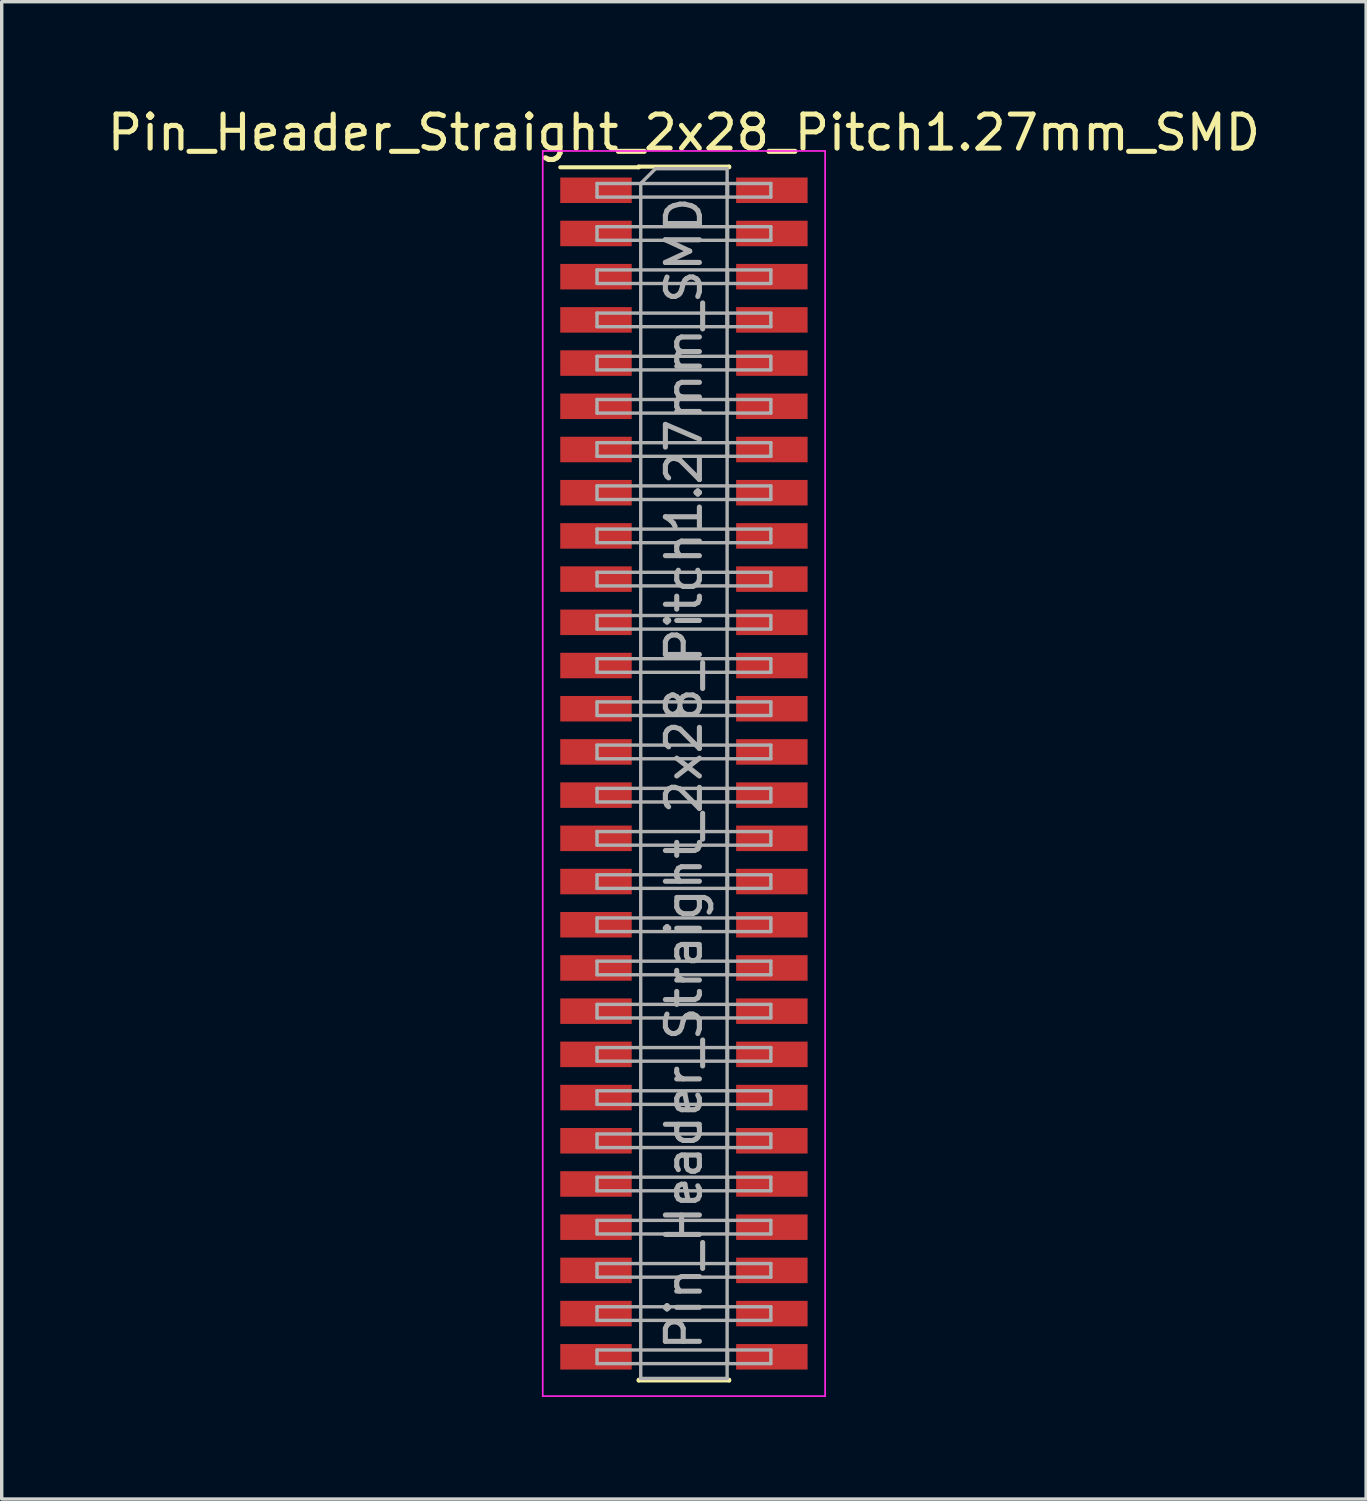
<source format=kicad_pcb>
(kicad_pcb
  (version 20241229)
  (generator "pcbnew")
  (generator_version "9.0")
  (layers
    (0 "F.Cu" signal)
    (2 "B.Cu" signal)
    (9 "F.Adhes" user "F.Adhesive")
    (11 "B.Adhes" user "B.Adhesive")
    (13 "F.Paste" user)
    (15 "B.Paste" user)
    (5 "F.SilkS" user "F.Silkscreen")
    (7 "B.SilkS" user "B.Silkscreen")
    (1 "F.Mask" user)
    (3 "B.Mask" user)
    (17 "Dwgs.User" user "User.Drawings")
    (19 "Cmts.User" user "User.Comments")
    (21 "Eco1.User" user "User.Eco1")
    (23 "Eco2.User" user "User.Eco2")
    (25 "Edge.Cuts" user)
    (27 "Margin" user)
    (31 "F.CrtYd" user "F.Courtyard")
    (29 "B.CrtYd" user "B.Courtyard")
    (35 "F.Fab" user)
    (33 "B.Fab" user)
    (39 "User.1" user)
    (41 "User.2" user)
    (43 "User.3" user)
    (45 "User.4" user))
  (footprint "Pin_Header_Straight_2x28_Pitch1.27mm_SMD"
    (layer "F.Cu")
    (at 17.054 19.688)
    (property "Reference" "Pin_Header_Straight_2x28_Pitch1.27mm_SMD" (at 0 -18.84 0) (layer "F.SilkS") (effects (font (size 1 1) (thickness 0.15))))
    (attr smd)
    (fp_line (start -3.635 -17.82) (end -1.33 -17.82) (stroke (width 0.12) (type solid)) (layer "F.SilkS"))
    (fp_line (start -1.33 -17.84) (end 1.33 -17.84) (stroke (width 0.12) (type solid)) (layer "F.SilkS"))
    (fp_line (start -1.33 -17.82) (end -1.33 -17.84) (stroke (width 0.12) (type solid)) (layer "F.SilkS"))
    (fp_line (start -1.33 17.82) (end -1.33 17.84) (stroke (width 0.12) (type solid)) (layer "F.SilkS"))
    (fp_line (start -1.33 17.84) (end 1.33 17.84) (stroke (width 0.12) (type solid)) (layer "F.SilkS"))
    (fp_line (start 1.33 -17.84) (end 1.33 -17.82) (stroke (width 0.12) (type solid)) (layer "F.SilkS"))
    (fp_line (start 1.33 17.84) (end 1.33 17.82) (stroke (width 0.12) (type solid)) (layer "F.SilkS"))
    (fp_line (start -4.15 -18.3) (end -4.15 18.3) (stroke (width 0.05) (type solid)) (layer "F.CrtYd"))
    (fp_line (start -4.15 18.3) (end 4.15 18.3) (stroke (width 0.05) (type solid)) (layer "F.CrtYd"))
    (fp_line (start 4.15 -18.3) (end -4.15 -18.3) (stroke (width 0.05) (type solid)) (layer "F.CrtYd"))
    (fp_line (start 4.15 18.3) (end 4.15 -18.3) (stroke (width 0.05) (type solid)) (layer "F.CrtYd"))
    (fp_line (start -2.555 -17.345) (end -2.555 -16.945) (stroke (width 0.1) (type solid)) (layer "F.Fab"))
    (fp_line (start -2.555 -16.945) (end -1.27 -16.945) (stroke (width 0.1) (type solid)) (layer "F.Fab"))
    (fp_line (start -2.555 -16.075) (end -2.555 -15.675) (stroke (width 0.1) (type solid)) (layer "F.Fab"))
    (fp_line (start -2.555 -15.675) (end -1.27 -15.675) (stroke (width 0.1) (type solid)) (layer "F.Fab"))
    (fp_line (start -2.555 -14.805) (end -2.555 -14.405) (stroke (width 0.1) (type solid)) (layer "F.Fab"))
    (fp_line (start -2.555 -14.405) (end -1.27 -14.405) (stroke (width 0.1) (type solid)) (layer "F.Fab"))
    (fp_line (start -2.555 -13.535) (end -2.555 -13.135) (stroke (width 0.1) (type solid)) (layer "F.Fab"))
    (fp_line (start -2.555 -13.135) (end -1.27 -13.135) (stroke (width 0.1) (type solid)) (layer "F.Fab"))
    (fp_line (start -2.555 -12.265) (end -2.555 -11.865) (stroke (width 0.1) (type solid)) (layer "F.Fab"))
    (fp_line (start -2.555 -11.865) (end -1.27 -11.865) (stroke (width 0.1) (type solid)) (layer "F.Fab"))
    (fp_line (start -2.555 -10.995) (end -2.555 -10.595) (stroke (width 0.1) (type solid)) (layer "F.Fab"))
    (fp_line (start -2.555 -10.595) (end -1.27 -10.595) (stroke (width 0.1) (type solid)) (layer "F.Fab"))
    (fp_line (start -2.555 -9.725) (end -2.555 -9.325) (stroke (width 0.1) (type solid)) (layer "F.Fab"))
    (fp_line (start -2.555 -9.325) (end -1.27 -9.325) (stroke (width 0.1) (type solid)) (layer "F.Fab"))
    (fp_line (start -2.555 -8.455) (end -2.555 -8.055) (stroke (width 0.1) (type solid)) (layer "F.Fab"))
    (fp_line (start -2.555 -8.055) (end -1.27 -8.055) (stroke (width 0.1) (type solid)) (layer "F.Fab"))
    (fp_line (start -2.555 -7.185) (end -2.555 -6.785) (stroke (width 0.1) (type solid)) (layer "F.Fab"))
    (fp_line (start -2.555 -6.785) (end -1.27 -6.785) (stroke (width 0.1) (type solid)) (layer "F.Fab"))
    (fp_line (start -2.555 -5.915) (end -2.555 -5.515) (stroke (width 0.1) (type solid)) (layer "F.Fab"))
    (fp_line (start -2.555 -5.515) (end -1.27 -5.515) (stroke (width 0.1) (type solid)) (layer "F.Fab"))
    (fp_line (start -2.555 -4.645) (end -2.555 -4.245) (stroke (width 0.1) (type solid)) (layer "F.Fab"))
    (fp_line (start -2.555 -4.245) (end -1.27 -4.245) (stroke (width 0.1) (type solid)) (layer "F.Fab"))
    (fp_line (start -2.555 -3.375) (end -2.555 -2.975) (stroke (width 0.1) (type solid)) (layer "F.Fab"))
    (fp_line (start -2.555 -2.975) (end -1.27 -2.975) (stroke (width 0.1) (type solid)) (layer "F.Fab"))
    (fp_line (start -2.555 -2.105) (end -2.555 -1.705) (stroke (width 0.1) (type solid)) (layer "F.Fab"))
    (fp_line (start -2.555 -1.705) (end -1.27 -1.705) (stroke (width 0.1) (type solid)) (layer "F.Fab"))
    (fp_line (start -2.555 -0.835) (end -2.555 -0.435) (stroke (width 0.1) (type solid)) (layer "F.Fab"))
    (fp_line (start -2.555 -0.435) (end -1.27 -0.435) (stroke (width 0.1) (type solid)) (layer "F.Fab"))
    (fp_line (start -2.555 0.435) (end -2.555 0.835) (stroke (width 0.1) (type solid)) (layer "F.Fab"))
    (fp_line (start -2.555 0.835) (end -1.27 0.835) (stroke (width 0.1) (type solid)) (layer "F.Fab"))
    (fp_line (start -2.555 1.705) (end -2.555 2.105) (stroke (width 0.1) (type solid)) (layer "F.Fab"))
    (fp_line (start -2.555 2.105) (end -1.27 2.105) (stroke (width 0.1) (type solid)) (layer "F.Fab"))
    (fp_line (start -2.555 2.975) (end -2.555 3.375) (stroke (width 0.1) (type solid)) (layer "F.Fab"))
    (fp_line (start -2.555 3.375) (end -1.27 3.375) (stroke (width 0.1) (type solid)) (layer "F.Fab"))
    (fp_line (start -2.555 4.245) (end -2.555 4.645) (stroke (width 0.1) (type solid)) (layer "F.Fab"))
    (fp_line (start -2.555 4.645) (end -1.27 4.645) (stroke (width 0.1) (type solid)) (layer "F.Fab"))
    (fp_line (start -2.555 5.515) (end -2.555 5.915) (stroke (width 0.1) (type solid)) (layer "F.Fab"))
    (fp_line (start -2.555 5.915) (end -1.27 5.915) (stroke (width 0.1) (type solid)) (layer "F.Fab"))
    (fp_line (start -2.555 6.785) (end -2.555 7.185) (stroke (width 0.1) (type solid)) (layer "F.Fab"))
    (fp_line (start -2.555 7.185) (end -1.27 7.185) (stroke (width 0.1) (type solid)) (layer "F.Fab"))
    (fp_line (start -2.555 8.055) (end -2.555 8.455) (stroke (width 0.1) (type solid)) (layer "F.Fab"))
    (fp_line (start -2.555 8.455) (end -1.27 8.455) (stroke (width 0.1) (type solid)) (layer "F.Fab"))
    (fp_line (start -2.555 9.325) (end -2.555 9.725) (stroke (width 0.1) (type solid)) (layer "F.Fab"))
    (fp_line (start -2.555 9.725) (end -1.27 9.725) (stroke (width 0.1) (type solid)) (layer "F.Fab"))
    (fp_line (start -2.555 10.595) (end -2.555 10.995) (stroke (width 0.1) (type solid)) (layer "F.Fab"))
    (fp_line (start -2.555 10.995) (end -1.27 10.995) (stroke (width 0.1) (type solid)) (layer "F.Fab"))
    (fp_line (start -2.555 11.865) (end -2.555 12.265) (stroke (width 0.1) (type solid)) (layer "F.Fab"))
    (fp_line (start -2.555 12.265) (end -1.27 12.265) (stroke (width 0.1) (type solid)) (layer "F.Fab"))
    (fp_line (start -2.555 13.135) (end -2.555 13.535) (stroke (width 0.1) (type solid)) (layer "F.Fab"))
    (fp_line (start -2.555 13.535) (end -1.27 13.535) (stroke (width 0.1) (type solid)) (layer "F.Fab"))
    (fp_line (start -2.555 14.405) (end -2.555 14.805) (stroke (width 0.1) (type solid)) (layer "F.Fab"))
    (fp_line (start -2.555 14.805) (end -1.27 14.805) (stroke (width 0.1) (type solid)) (layer "F.Fab"))
    (fp_line (start -2.555 15.675) (end -2.555 16.075) (stroke (width 0.1) (type solid)) (layer "F.Fab"))
    (fp_line (start -2.555 16.075) (end -1.27 16.075) (stroke (width 0.1) (type solid)) (layer "F.Fab"))
    (fp_line (start -2.555 16.945) (end -2.555 17.345) (stroke (width 0.1) (type solid)) (layer "F.Fab"))
    (fp_line (start -2.555 17.345) (end -1.27 17.345) (stroke (width 0.1) (type solid)) (layer "F.Fab"))
    (fp_line (start -1.27 -17.345) (end -2.555 -17.345) (stroke (width 0.1) (type solid)) (layer "F.Fab"))
    (fp_line (start -1.27 -17.345) (end -0.835 -17.78) (stroke (width 0.1) (type solid)) (layer "F.Fab"))
    (fp_line (start -1.27 -17.345) (end 1.285 -17.345) (stroke (width 0.1) (type solid)) (layer "F.Fab"))
    (fp_line (start -1.27 -16.075) (end -2.555 -16.075) (stroke (width 0.1) (type solid)) (layer "F.Fab"))
    (fp_line (start -1.27 -16.075) (end 1.285 -16.075) (stroke (width 0.1) (type solid)) (layer "F.Fab"))
    (fp_line (start -1.27 -14.805) (end -2.555 -14.805) (stroke (width 0.1) (type solid)) (layer "F.Fab"))
    (fp_line (start -1.27 -14.805) (end 1.285 -14.805) (stroke (width 0.1) (type solid)) (layer "F.Fab"))
    (fp_line (start -1.27 -13.535) (end -2.555 -13.535) (stroke (width 0.1) (type solid)) (layer "F.Fab"))
    (fp_line (start -1.27 -13.535) (end 1.285 -13.535) (stroke (width 0.1) (type solid)) (layer "F.Fab"))
    (fp_line (start -1.27 -12.265) (end -2.555 -12.265) (stroke (width 0.1) (type solid)) (layer "F.Fab"))
    (fp_line (start -1.27 -12.265) (end 1.285 -12.265) (stroke (width 0.1) (type solid)) (layer "F.Fab"))
    (fp_line (start -1.27 -10.995) (end -2.555 -10.995) (stroke (width 0.1) (type solid)) (layer "F.Fab"))
    (fp_line (start -1.27 -10.995) (end 1.285 -10.995) (stroke (width 0.1) (type solid)) (layer "F.Fab"))
    (fp_line (start -1.27 -9.725) (end -2.555 -9.725) (stroke (width 0.1) (type solid)) (layer "F.Fab"))
    (fp_line (start -1.27 -9.725) (end 1.285 -9.725) (stroke (width 0.1) (type solid)) (layer "F.Fab"))
    (fp_line (start -1.27 -8.455) (end -2.555 -8.455) (stroke (width 0.1) (type solid)) (layer "F.Fab"))
    (fp_line (start -1.27 -8.455) (end 1.285 -8.455) (stroke (width 0.1) (type solid)) (layer "F.Fab"))
    (fp_line (start -1.27 -7.185) (end -2.555 -7.185) (stroke (width 0.1) (type solid)) (layer "F.Fab"))
    (fp_line (start -1.27 -7.185) (end 1.285 -7.185) (stroke (width 0.1) (type solid)) (layer "F.Fab"))
    (fp_line (start -1.27 -5.915) (end -2.555 -5.915) (stroke (width 0.1) (type solid)) (layer "F.Fab"))
    (fp_line (start -1.27 -5.915) (end 1.285 -5.915) (stroke (width 0.1) (type solid)) (layer "F.Fab"))
    (fp_line (start -1.27 -4.645) (end -2.555 -4.645) (stroke (width 0.1) (type solid)) (layer "F.Fab"))
    (fp_line (start -1.27 -4.645) (end 1.285 -4.645) (stroke (width 0.1) (type solid)) (layer "F.Fab"))
    (fp_line (start -1.27 -3.375) (end -2.555 -3.375) (stroke (width 0.1) (type solid)) (layer "F.Fab"))
    (fp_line (start -1.27 -3.375) (end 1.285 -3.375) (stroke (width 0.1) (type solid)) (layer "F.Fab"))
    (fp_line (start -1.27 -2.105) (end -2.555 -2.105) (stroke (width 0.1) (type solid)) (layer "F.Fab"))
    (fp_line (start -1.27 -2.105) (end 1.285 -2.105) (stroke (width 0.1) (type solid)) (layer "F.Fab"))
    (fp_line (start -1.27 -0.835) (end -2.555 -0.835) (stroke (width 0.1) (type solid)) (layer "F.Fab"))
    (fp_line (start -1.27 -0.835) (end 1.285 -0.835) (stroke (width 0.1) (type solid)) (layer "F.Fab"))
    (fp_line (start -1.27 0.435) (end -2.555 0.435) (stroke (width 0.1) (type solid)) (layer "F.Fab"))
    (fp_line (start -1.27 0.435) (end 1.285 0.435) (stroke (width 0.1) (type solid)) (layer "F.Fab"))
    (fp_line (start -1.27 1.705) (end -2.555 1.705) (stroke (width 0.1) (type solid)) (layer "F.Fab"))
    (fp_line (start -1.27 1.705) (end 1.285 1.705) (stroke (width 0.1) (type solid)) (layer "F.Fab"))
    (fp_line (start -1.27 2.975) (end -2.555 2.975) (stroke (width 0.1) (type solid)) (layer "F.Fab"))
    (fp_line (start -1.27 2.975) (end 1.285 2.975) (stroke (width 0.1) (type solid)) (layer "F.Fab"))
    (fp_line (start -1.27 4.245) (end -2.555 4.245) (stroke (width 0.1) (type solid)) (layer "F.Fab"))
    (fp_line (start -1.27 4.245) (end 1.285 4.245) (stroke (width 0.1) (type solid)) (layer "F.Fab"))
    (fp_line (start -1.27 5.515) (end -2.555 5.515) (stroke (width 0.1) (type solid)) (layer "F.Fab"))
    (fp_line (start -1.27 5.515) (end 1.285 5.515) (stroke (width 0.1) (type solid)) (layer "F.Fab"))
    (fp_line (start -1.27 6.785) (end -2.555 6.785) (stroke (width 0.1) (type solid)) (layer "F.Fab"))
    (fp_line (start -1.27 6.785) (end 1.285 6.785) (stroke (width 0.1) (type solid)) (layer "F.Fab"))
    (fp_line (start -1.27 8.055) (end -2.555 8.055) (stroke (width 0.1) (type solid)) (layer "F.Fab"))
    (fp_line (start -1.27 8.055) (end 1.285 8.055) (stroke (width 0.1) (type solid)) (layer "F.Fab"))
    (fp_line (start -1.27 9.325) (end -2.555 9.325) (stroke (width 0.1) (type solid)) (layer "F.Fab"))
    (fp_line (start -1.27 9.325) (end 1.285 9.325) (stroke (width 0.1) (type solid)) (layer "F.Fab"))
    (fp_line (start -1.27 10.595) (end -2.555 10.595) (stroke (width 0.1) (type solid)) (layer "F.Fab"))
    (fp_line (start -1.27 10.595) (end 1.285 10.595) (stroke (width 0.1) (type solid)) (layer "F.Fab"))
    (fp_line (start -1.27 11.865) (end -2.555 11.865) (stroke (width 0.1) (type solid)) (layer "F.Fab"))
    (fp_line (start -1.27 11.865) (end 1.285 11.865) (stroke (width 0.1) (type solid)) (layer "F.Fab"))
    (fp_line (start -1.27 13.135) (end -2.555 13.135) (stroke (width 0.1) (type solid)) (layer "F.Fab"))
    (fp_line (start -1.27 13.135) (end 1.285 13.135) (stroke (width 0.1) (type solid)) (layer "F.Fab"))
    (fp_line (start -1.27 14.405) (end -2.555 14.405) (stroke (width 0.1) (type solid)) (layer "F.Fab"))
    (fp_line (start -1.27 14.405) (end 1.285 14.405) (stroke (width 0.1) (type solid)) (layer "F.Fab"))
    (fp_line (start -1.27 15.675) (end -2.555 15.675) (stroke (width 0.1) (type solid)) (layer "F.Fab"))
    (fp_line (start -1.27 15.675) (end 1.285 15.675) (stroke (width 0.1) (type solid)) (layer "F.Fab"))
    (fp_line (start -1.27 16.945) (end -2.555 16.945) (stroke (width 0.1) (type solid)) (layer "F.Fab"))
    (fp_line (start -1.27 16.945) (end 1.285 16.945) (stroke (width 0.1) (type solid)) (layer "F.Fab"))
    (fp_line (start -1.27 17.78) (end -1.27 -17.345) (stroke (width 0.1) (type solid)) (layer "F.Fab"))
    (fp_line (start -0.835 -17.78) (end 1.27 -17.78) (stroke (width 0.1) (type solid)) (layer "F.Fab"))
    (fp_line (start 1.27 -17.78) (end 1.27 17.78) (stroke (width 0.1) (type solid)) (layer "F.Fab"))
    (fp_line (start 1.27 -17.345) (end 1.27 -16.945) (stroke (width 0.1) (type solid)) (layer "F.Fab"))
    (fp_line (start 1.27 -16.945) (end 2.555 -16.945) (stroke (width 0.1) (type solid)) (layer "F.Fab"))
    (fp_line (start 1.27 -16.075) (end 1.27 -15.675) (stroke (width 0.1) (type solid)) (layer "F.Fab"))
    (fp_line (start 1.27 -15.675) (end 2.555 -15.675) (stroke (width 0.1) (type solid)) (layer "F.Fab"))
    (fp_line (start 1.27 -14.805) (end 1.27 -14.405) (stroke (width 0.1) (type solid)) (layer "F.Fab"))
    (fp_line (start 1.27 -14.405) (end 2.555 -14.405) (stroke (width 0.1) (type solid)) (layer "F.Fab"))
    (fp_line (start 1.27 -13.535) (end 1.27 -13.135) (stroke (width 0.1) (type solid)) (layer "F.Fab"))
    (fp_line (start 1.27 -13.135) (end 2.555 -13.135) (stroke (width 0.1) (type solid)) (layer "F.Fab"))
    (fp_line (start 1.27 -12.265) (end 1.27 -11.865) (stroke (width 0.1) (type solid)) (layer "F.Fab"))
    (fp_line (start 1.27 -11.865) (end 2.555 -11.865) (stroke (width 0.1) (type solid)) (layer "F.Fab"))
    (fp_line (start 1.27 -10.995) (end 1.27 -10.595) (stroke (width 0.1) (type solid)) (layer "F.Fab"))
    (fp_line (start 1.27 -10.595) (end 2.555 -10.595) (stroke (width 0.1) (type solid)) (layer "F.Fab"))
    (fp_line (start 1.27 -9.725) (end 1.27 -9.325) (stroke (width 0.1) (type solid)) (layer "F.Fab"))
    (fp_line (start 1.27 -9.325) (end 2.555 -9.325) (stroke (width 0.1) (type solid)) (layer "F.Fab"))
    (fp_line (start 1.27 -8.455) (end 1.27 -8.055) (stroke (width 0.1) (type solid)) (layer "F.Fab"))
    (fp_line (start 1.27 -8.055) (end 2.555 -8.055) (stroke (width 0.1) (type solid)) (layer "F.Fab"))
    (fp_line (start 1.27 -7.185) (end 1.27 -6.785) (stroke (width 0.1) (type solid)) (layer "F.Fab"))
    (fp_line (start 1.27 -6.785) (end 2.555 -6.785) (stroke (width 0.1) (type solid)) (layer "F.Fab"))
    (fp_line (start 1.27 -5.915) (end 1.27 -5.515) (stroke (width 0.1) (type solid)) (layer "F.Fab"))
    (fp_line (start 1.27 -5.515) (end 2.555 -5.515) (stroke (width 0.1) (type solid)) (layer "F.Fab"))
    (fp_line (start 1.27 -4.645) (end 1.27 -4.245) (stroke (width 0.1) (type solid)) (layer "F.Fab"))
    (fp_line (start 1.27 -4.245) (end 2.555 -4.245) (stroke (width 0.1) (type solid)) (layer "F.Fab"))
    (fp_line (start 1.27 -3.375) (end 1.27 -2.975) (stroke (width 0.1) (type solid)) (layer "F.Fab"))
    (fp_line (start 1.27 -2.975) (end 2.555 -2.975) (stroke (width 0.1) (type solid)) (layer "F.Fab"))
    (fp_line (start 1.27 -2.105) (end 1.27 -1.705) (stroke (width 0.1) (type solid)) (layer "F.Fab"))
    (fp_line (start 1.27 -1.705) (end 2.555 -1.705) (stroke (width 0.1) (type solid)) (layer "F.Fab"))
    (fp_line (start 1.27 -0.835) (end 1.27 -0.435) (stroke (width 0.1) (type solid)) (layer "F.Fab"))
    (fp_line (start 1.27 -0.435) (end 2.555 -0.435) (stroke (width 0.1) (type solid)) (layer "F.Fab"))
    (fp_line (start 1.27 0.435) (end 1.27 0.835) (stroke (width 0.1) (type solid)) (layer "F.Fab"))
    (fp_line (start 1.27 0.835) (end 2.555 0.835) (stroke (width 0.1) (type solid)) (layer "F.Fab"))
    (fp_line (start 1.27 1.705) (end 1.27 2.105) (stroke (width 0.1) (type solid)) (layer "F.Fab"))
    (fp_line (start 1.27 2.105) (end 2.555 2.105) (stroke (width 0.1) (type solid)) (layer "F.Fab"))
    (fp_line (start 1.27 2.975) (end 1.27 3.375) (stroke (width 0.1) (type solid)) (layer "F.Fab"))
    (fp_line (start 1.27 3.375) (end 2.555 3.375) (stroke (width 0.1) (type solid)) (layer "F.Fab"))
    (fp_line (start 1.27 4.245) (end 1.27 4.645) (stroke (width 0.1) (type solid)) (layer "F.Fab"))
    (fp_line (start 1.27 4.645) (end 2.555 4.645) (stroke (width 0.1) (type solid)) (layer "F.Fab"))
    (fp_line (start 1.27 5.515) (end 1.27 5.915) (stroke (width 0.1) (type solid)) (layer "F.Fab"))
    (fp_line (start 1.27 5.915) (end 2.555 5.915) (stroke (width 0.1) (type solid)) (layer "F.Fab"))
    (fp_line (start 1.27 6.785) (end 1.27 7.185) (stroke (width 0.1) (type solid)) (layer "F.Fab"))
    (fp_line (start 1.27 7.185) (end 2.555 7.185) (stroke (width 0.1) (type solid)) (layer "F.Fab"))
    (fp_line (start 1.27 8.055) (end 1.27 8.455) (stroke (width 0.1) (type solid)) (layer "F.Fab"))
    (fp_line (start 1.27 8.455) (end 2.555 8.455) (stroke (width 0.1) (type solid)) (layer "F.Fab"))
    (fp_line (start 1.27 9.325) (end 1.27 9.725) (stroke (width 0.1) (type solid)) (layer "F.Fab"))
    (fp_line (start 1.27 9.725) (end 2.555 9.725) (stroke (width 0.1) (type solid)) (layer "F.Fab"))
    (fp_line (start 1.27 10.595) (end 1.27 10.995) (stroke (width 0.1) (type solid)) (layer "F.Fab"))
    (fp_line (start 1.27 10.995) (end 2.555 10.995) (stroke (width 0.1) (type solid)) (layer "F.Fab"))
    (fp_line (start 1.27 11.865) (end 1.27 12.265) (stroke (width 0.1) (type solid)) (layer "F.Fab"))
    (fp_line (start 1.27 12.265) (end 2.555 12.265) (stroke (width 0.1) (type solid)) (layer "F.Fab"))
    (fp_line (start 1.27 13.135) (end 1.27 13.535) (stroke (width 0.1) (type solid)) (layer "F.Fab"))
    (fp_line (start 1.27 13.535) (end 2.555 13.535) (stroke (width 0.1) (type solid)) (layer "F.Fab"))
    (fp_line (start 1.27 14.405) (end 1.27 14.805) (stroke (width 0.1) (type solid)) (layer "F.Fab"))
    (fp_line (start 1.27 14.805) (end 2.555 14.805) (stroke (width 0.1) (type solid)) (layer "F.Fab"))
    (fp_line (start 1.27 15.675) (end 1.27 16.075) (stroke (width 0.1) (type solid)) (layer "F.Fab"))
    (fp_line (start 1.27 16.075) (end 2.555 16.075) (stroke (width 0.1) (type solid)) (layer "F.Fab"))
    (fp_line (start 1.27 16.945) (end 1.27 17.345) (stroke (width 0.1) (type solid)) (layer "F.Fab"))
    (fp_line (start 1.27 17.345) (end 2.555 17.345) (stroke (width 0.1) (type solid)) (layer "F.Fab"))
    (fp_line (start 1.27 17.78) (end -1.27 17.78) (stroke (width 0.1) (type solid)) (layer "F.Fab"))
    (fp_line (start 1.285 -17.345) (end 1.285 -16.945) (stroke (width 0.1) (type solid)) (layer "F.Fab"))
    (fp_line (start 1.285 -16.945) (end -1.27 -16.945) (stroke (width 0.1) (type solid)) (layer "F.Fab"))
    (fp_line (start 1.285 -16.075) (end 1.285 -15.675) (stroke (width 0.1) (type solid)) (layer "F.Fab"))
    (fp_line (start 1.285 -15.675) (end -1.27 -15.675) (stroke (width 0.1) (type solid)) (layer "F.Fab"))
    (fp_line (start 1.285 -14.805) (end 1.285 -14.405) (stroke (width 0.1) (type solid)) (layer "F.Fab"))
    (fp_line (start 1.285 -14.405) (end -1.27 -14.405) (stroke (width 0.1) (type solid)) (layer "F.Fab"))
    (fp_line (start 1.285 -13.535) (end 1.285 -13.135) (stroke (width 0.1) (type solid)) (layer "F.Fab"))
    (fp_line (start 1.285 -13.135) (end -1.27 -13.135) (stroke (width 0.1) (type solid)) (layer "F.Fab"))
    (fp_line (start 1.285 -12.265) (end 1.285 -11.865) (stroke (width 0.1) (type solid)) (layer "F.Fab"))
    (fp_line (start 1.285 -11.865) (end -1.27 -11.865) (stroke (width 0.1) (type solid)) (layer "F.Fab"))
    (fp_line (start 1.285 -10.995) (end 1.285 -10.595) (stroke (width 0.1) (type solid)) (layer "F.Fab"))
    (fp_line (start 1.285 -10.595) (end -1.27 -10.595) (stroke (width 0.1) (type solid)) (layer "F.Fab"))
    (fp_line (start 1.285 -9.725) (end 1.285 -9.325) (stroke (width 0.1) (type solid)) (layer "F.Fab"))
    (fp_line (start 1.285 -9.325) (end -1.27 -9.325) (stroke (width 0.1) (type solid)) (layer "F.Fab"))
    (fp_line (start 1.285 -8.455) (end 1.285 -8.055) (stroke (width 0.1) (type solid)) (layer "F.Fab"))
    (fp_line (start 1.285 -8.055) (end -1.27 -8.055) (stroke (width 0.1) (type solid)) (layer "F.Fab"))
    (fp_line (start 1.285 -7.185) (end 1.285 -6.785) (stroke (width 0.1) (type solid)) (layer "F.Fab"))
    (fp_line (start 1.285 -6.785) (end -1.27 -6.785) (stroke (width 0.1) (type solid)) (layer "F.Fab"))
    (fp_line (start 1.285 -5.915) (end 1.285 -5.515) (stroke (width 0.1) (type solid)) (layer "F.Fab"))
    (fp_line (start 1.285 -5.515) (end -1.27 -5.515) (stroke (width 0.1) (type solid)) (layer "F.Fab"))
    (fp_line (start 1.285 -4.645) (end 1.285 -4.245) (stroke (width 0.1) (type solid)) (layer "F.Fab"))
    (fp_line (start 1.285 -4.245) (end -1.27 -4.245) (stroke (width 0.1) (type solid)) (layer "F.Fab"))
    (fp_line (start 1.285 -3.375) (end 1.285 -2.975) (stroke (width 0.1) (type solid)) (layer "F.Fab"))
    (fp_line (start 1.285 -2.975) (end -1.27 -2.975) (stroke (width 0.1) (type solid)) (layer "F.Fab"))
    (fp_line (start 1.285 -2.105) (end 1.285 -1.705) (stroke (width 0.1) (type solid)) (layer "F.Fab"))
    (fp_line (start 1.285 -1.705) (end -1.27 -1.705) (stroke (width 0.1) (type solid)) (layer "F.Fab"))
    (fp_line (start 1.285 -0.835) (end 1.285 -0.435) (stroke (width 0.1) (type solid)) (layer "F.Fab"))
    (fp_line (start 1.285 -0.435) (end -1.27 -0.435) (stroke (width 0.1) (type solid)) (layer "F.Fab"))
    (fp_line (start 1.285 0.435) (end 1.285 0.835) (stroke (width 0.1) (type solid)) (layer "F.Fab"))
    (fp_line (start 1.285 0.835) (end -1.27 0.835) (stroke (width 0.1) (type solid)) (layer "F.Fab"))
    (fp_line (start 1.285 1.705) (end 1.285 2.105) (stroke (width 0.1) (type solid)) (layer "F.Fab"))
    (fp_line (start 1.285 2.105) (end -1.27 2.105) (stroke (width 0.1) (type solid)) (layer "F.Fab"))
    (fp_line (start 1.285 2.975) (end 1.285 3.375) (stroke (width 0.1) (type solid)) (layer "F.Fab"))
    (fp_line (start 1.285 3.375) (end -1.27 3.375) (stroke (width 0.1) (type solid)) (layer "F.Fab"))
    (fp_line (start 1.285 4.245) (end 1.285 4.645) (stroke (width 0.1) (type solid)) (layer "F.Fab"))
    (fp_line (start 1.285 4.645) (end -1.27 4.645) (stroke (width 0.1) (type solid)) (layer "F.Fab"))
    (fp_line (start 1.285 5.515) (end 1.285 5.915) (stroke (width 0.1) (type solid)) (layer "F.Fab"))
    (fp_line (start 1.285 5.915) (end -1.27 5.915) (stroke (width 0.1) (type solid)) (layer "F.Fab"))
    (fp_line (start 1.285 6.785) (end 1.285 7.185) (stroke (width 0.1) (type solid)) (layer "F.Fab"))
    (fp_line (start 1.285 7.185) (end -1.27 7.185) (stroke (width 0.1) (type solid)) (layer "F.Fab"))
    (fp_line (start 1.285 8.055) (end 1.285 8.455) (stroke (width 0.1) (type solid)) (layer "F.Fab"))
    (fp_line (start 1.285 8.455) (end -1.27 8.455) (stroke (width 0.1) (type solid)) (layer "F.Fab"))
    (fp_line (start 1.285 9.325) (end 1.285 9.725) (stroke (width 0.1) (type solid)) (layer "F.Fab"))
    (fp_line (start 1.285 9.725) (end -1.27 9.725) (stroke (width 0.1) (type solid)) (layer "F.Fab"))
    (fp_line (start 1.285 10.595) (end 1.285 10.995) (stroke (width 0.1) (type solid)) (layer "F.Fab"))
    (fp_line (start 1.285 10.995) (end -1.27 10.995) (stroke (width 0.1) (type solid)) (layer "F.Fab"))
    (fp_line (start 1.285 11.865) (end 1.285 12.265) (stroke (width 0.1) (type solid)) (layer "F.Fab"))
    (fp_line (start 1.285 12.265) (end -1.27 12.265) (stroke (width 0.1) (type solid)) (layer "F.Fab"))
    (fp_line (start 1.285 13.135) (end 1.285 13.535) (stroke (width 0.1) (type solid)) (layer "F.Fab"))
    (fp_line (start 1.285 13.535) (end -1.27 13.535) (stroke (width 0.1) (type solid)) (layer "F.Fab"))
    (fp_line (start 1.285 14.405) (end 1.285 14.805) (stroke (width 0.1) (type solid)) (layer "F.Fab"))
    (fp_line (start 1.285 14.805) (end -1.27 14.805) (stroke (width 0.1) (type solid)) (layer "F.Fab"))
    (fp_line (start 1.285 15.675) (end 1.285 16.075) (stroke (width 0.1) (type solid)) (layer "F.Fab"))
    (fp_line (start 1.285 16.075) (end -1.27 16.075) (stroke (width 0.1) (type solid)) (layer "F.Fab"))
    (fp_line (start 1.285 16.945) (end 1.285 17.345) (stroke (width 0.1) (type solid)) (layer "F.Fab"))
    (fp_line (start 1.285 17.345) (end -1.27 17.345) (stroke (width 0.1) (type solid)) (layer "F.Fab"))
    (fp_line (start 2.555 -17.345) (end 1.27 -17.345) (stroke (width 0.1) (type solid)) (layer "F.Fab"))
    (fp_line (start 2.555 -16.945) (end 2.555 -17.345) (stroke (width 0.1) (type solid)) (layer "F.Fab"))
    (fp_line (start 2.555 -16.075) (end 1.27 -16.075) (stroke (width 0.1) (type solid)) (layer "F.Fab"))
    (fp_line (start 2.555 -15.675) (end 2.555 -16.075) (stroke (width 0.1) (type solid)) (layer "F.Fab"))
    (fp_line (start 2.555 -14.805) (end 1.27 -14.805) (stroke (width 0.1) (type solid)) (layer "F.Fab"))
    (fp_line (start 2.555 -14.405) (end 2.555 -14.805) (stroke (width 0.1) (type solid)) (layer "F.Fab"))
    (fp_line (start 2.555 -13.535) (end 1.27 -13.535) (stroke (width 0.1) (type solid)) (layer "F.Fab"))
    (fp_line (start 2.555 -13.135) (end 2.555 -13.535) (stroke (width 0.1) (type solid)) (layer "F.Fab"))
    (fp_line (start 2.555 -12.265) (end 1.27 -12.265) (stroke (width 0.1) (type solid)) (layer "F.Fab"))
    (fp_line (start 2.555 -11.865) (end 2.555 -12.265) (stroke (width 0.1) (type solid)) (layer "F.Fab"))
    (fp_line (start 2.555 -10.995) (end 1.27 -10.995) (stroke (width 0.1) (type solid)) (layer "F.Fab"))
    (fp_line (start 2.555 -10.595) (end 2.555 -10.995) (stroke (width 0.1) (type solid)) (layer "F.Fab"))
    (fp_line (start 2.555 -9.725) (end 1.27 -9.725) (stroke (width 0.1) (type solid)) (layer "F.Fab"))
    (fp_line (start 2.555 -9.325) (end 2.555 -9.725) (stroke (width 0.1) (type solid)) (layer "F.Fab"))
    (fp_line (start 2.555 -8.455) (end 1.27 -8.455) (stroke (width 0.1) (type solid)) (layer "F.Fab"))
    (fp_line (start 2.555 -8.055) (end 2.555 -8.455) (stroke (width 0.1) (type solid)) (layer "F.Fab"))
    (fp_line (start 2.555 -7.185) (end 1.27 -7.185) (stroke (width 0.1) (type solid)) (layer "F.Fab"))
    (fp_line (start 2.555 -6.785) (end 2.555 -7.185) (stroke (width 0.1) (type solid)) (layer "F.Fab"))
    (fp_line (start 2.555 -5.915) (end 1.27 -5.915) (stroke (width 0.1) (type solid)) (layer "F.Fab"))
    (fp_line (start 2.555 -5.515) (end 2.555 -5.915) (stroke (width 0.1) (type solid)) (layer "F.Fab"))
    (fp_line (start 2.555 -4.645) (end 1.27 -4.645) (stroke (width 0.1) (type solid)) (layer "F.Fab"))
    (fp_line (start 2.555 -4.245) (end 2.555 -4.645) (stroke (width 0.1) (type solid)) (layer "F.Fab"))
    (fp_line (start 2.555 -3.375) (end 1.27 -3.375) (stroke (width 0.1) (type solid)) (layer "F.Fab"))
    (fp_line (start 2.555 -2.975) (end 2.555 -3.375) (stroke (width 0.1) (type solid)) (layer "F.Fab"))
    (fp_line (start 2.555 -2.105) (end 1.27 -2.105) (stroke (width 0.1) (type solid)) (layer "F.Fab"))
    (fp_line (start 2.555 -1.705) (end 2.555 -2.105) (stroke (width 0.1) (type solid)) (layer "F.Fab"))
    (fp_line (start 2.555 -0.835) (end 1.27 -0.835) (stroke (width 0.1) (type solid)) (layer "F.Fab"))
    (fp_line (start 2.555 -0.435) (end 2.555 -0.835) (stroke (width 0.1) (type solid)) (layer "F.Fab"))
    (fp_line (start 2.555 0.435) (end 1.27 0.435) (stroke (width 0.1) (type solid)) (layer "F.Fab"))
    (fp_line (start 2.555 0.835) (end 2.555 0.435) (stroke (width 0.1) (type solid)) (layer "F.Fab"))
    (fp_line (start 2.555 1.705) (end 1.27 1.705) (stroke (width 0.1) (type solid)) (layer "F.Fab"))
    (fp_line (start 2.555 2.105) (end 2.555 1.705) (stroke (width 0.1) (type solid)) (layer "F.Fab"))
    (fp_line (start 2.555 2.975) (end 1.27 2.975) (stroke (width 0.1) (type solid)) (layer "F.Fab"))
    (fp_line (start 2.555 3.375) (end 2.555 2.975) (stroke (width 0.1) (type solid)) (layer "F.Fab"))
    (fp_line (start 2.555 4.245) (end 1.27 4.245) (stroke (width 0.1) (type solid)) (layer "F.Fab"))
    (fp_line (start 2.555 4.645) (end 2.555 4.245) (stroke (width 0.1) (type solid)) (layer "F.Fab"))
    (fp_line (start 2.555 5.515) (end 1.27 5.515) (stroke (width 0.1) (type solid)) (layer "F.Fab"))
    (fp_line (start 2.555 5.915) (end 2.555 5.515) (stroke (width 0.1) (type solid)) (layer "F.Fab"))
    (fp_line (start 2.555 6.785) (end 1.27 6.785) (stroke (width 0.1) (type solid)) (layer "F.Fab"))
    (fp_line (start 2.555 7.185) (end 2.555 6.785) (stroke (width 0.1) (type solid)) (layer "F.Fab"))
    (fp_line (start 2.555 8.055) (end 1.27 8.055) (stroke (width 0.1) (type solid)) (layer "F.Fab"))
    (fp_line (start 2.555 8.455) (end 2.555 8.055) (stroke (width 0.1) (type solid)) (layer "F.Fab"))
    (fp_line (start 2.555 9.325) (end 1.27 9.325) (stroke (width 0.1) (type solid)) (layer "F.Fab"))
    (fp_line (start 2.555 9.725) (end 2.555 9.325) (stroke (width 0.1) (type solid)) (layer "F.Fab"))
    (fp_line (start 2.555 10.595) (end 1.27 10.595) (stroke (width 0.1) (type solid)) (layer "F.Fab"))
    (fp_line (start 2.555 10.995) (end 2.555 10.595) (stroke (width 0.1) (type solid)) (layer "F.Fab"))
    (fp_line (start 2.555 11.865) (end 1.27 11.865) (stroke (width 0.1) (type solid)) (layer "F.Fab"))
    (fp_line (start 2.555 12.265) (end 2.555 11.865) (stroke (width 0.1) (type solid)) (layer "F.Fab"))
    (fp_line (start 2.555 13.135) (end 1.27 13.135) (stroke (width 0.1) (type solid)) (layer "F.Fab"))
    (fp_line (start 2.555 13.535) (end 2.555 13.135) (stroke (width 0.1) (type solid)) (layer "F.Fab"))
    (fp_line (start 2.555 14.405) (end 1.27 14.405) (stroke (width 0.1) (type solid)) (layer "F.Fab"))
    (fp_line (start 2.555 14.805) (end 2.555 14.405) (stroke (width 0.1) (type solid)) (layer "F.Fab"))
    (fp_line (start 2.555 15.675) (end 1.27 15.675) (stroke (width 0.1) (type solid)) (layer "F.Fab"))
    (fp_line (start 2.555 16.075) (end 2.555 15.675) (stroke (width 0.1) (type solid)) (layer "F.Fab"))
    (fp_line (start 2.555 16.945) (end 1.27 16.945) (stroke (width 0.1) (type solid)) (layer "F.Fab"))
    (fp_line (start 2.555 17.345) (end 2.555 16.945) (stroke (width 0.1) (type solid)) (layer "F.Fab"))
    (fp_text user "${REFERENCE}" (at 0 0 90) (layer "F.Fab") (effects (font (size 1 1) (thickness 0.15))))
    (pad "1" smd rect (at -2.585 -17.145) (size 2.1 0.75) (layers "F.Cu" "F.Mask" "F.Paste"))
    (pad "2" smd rect (at 2.585 -17.145) (size 2.1 0.75) (layers "F.Cu" "F.Mask" "F.Paste"))
    (pad "3" smd rect (at -2.585 -15.875) (size 2.1 0.75) (layers "F.Cu" "F.Mask" "F.Paste"))
    (pad "4" smd rect (at 2.585 -15.875) (size 2.1 0.75) (layers "F.Cu" "F.Mask" "F.Paste"))
    (pad "5" smd rect (at -2.585 -14.605) (size 2.1 0.75) (layers "F.Cu" "F.Mask" "F.Paste"))
    (pad "6" smd rect (at 2.585 -14.605) (size 2.1 0.75) (layers "F.Cu" "F.Mask" "F.Paste"))
    (pad "7" smd rect (at -2.585 -13.335) (size 2.1 0.75) (layers "F.Cu" "F.Mask" "F.Paste"))
    (pad "8" smd rect (at 2.585 -13.335) (size 2.1 0.75) (layers "F.Cu" "F.Mask" "F.Paste"))
    (pad "9" smd rect (at -2.585 -12.065) (size 2.1 0.75) (layers "F.Cu" "F.Mask" "F.Paste"))
    (pad "10" smd rect (at 2.585 -12.065) (size 2.1 0.75) (layers "F.Cu" "F.Mask" "F.Paste"))
    (pad "11" smd rect (at -2.585 -10.795) (size 2.1 0.75) (layers "F.Cu" "F.Mask" "F.Paste"))
    (pad "12" smd rect (at 2.585 -10.795) (size 2.1 0.75) (layers "F.Cu" "F.Mask" "F.Paste"))
    (pad "13" smd rect (at -2.585 -9.525) (size 2.1 0.75) (layers "F.Cu" "F.Mask" "F.Paste"))
    (pad "14" smd rect (at 2.585 -9.525) (size 2.1 0.75) (layers "F.Cu" "F.Mask" "F.Paste"))
    (pad "15" smd rect (at -2.585 -8.255) (size 2.1 0.75) (layers "F.Cu" "F.Mask" "F.Paste"))
    (pad "16" smd rect (at 2.585 -8.255) (size 2.1 0.75) (layers "F.Cu" "F.Mask" "F.Paste"))
    (pad "17" smd rect (at -2.585 -6.985) (size 2.1 0.75) (layers "F.Cu" "F.Mask" "F.Paste"))
    (pad "18" smd rect (at 2.585 -6.985) (size 2.1 0.75) (layers "F.Cu" "F.Mask" "F.Paste"))
    (pad "19" smd rect (at -2.585 -5.715) (size 2.1 0.75) (layers "F.Cu" "F.Mask" "F.Paste"))
    (pad "20" smd rect (at 2.585 -5.715) (size 2.1 0.75) (layers "F.Cu" "F.Mask" "F.Paste"))
    (pad "21" smd rect (at -2.585 -4.445) (size 2.1 0.75) (layers "F.Cu" "F.Mask" "F.Paste"))
    (pad "22" smd rect (at 2.585 -4.445) (size 2.1 0.75) (layers "F.Cu" "F.Mask" "F.Paste"))
    (pad "23" smd rect (at -2.585 -3.175) (size 2.1 0.75) (layers "F.Cu" "F.Mask" "F.Paste"))
    (pad "24" smd rect (at 2.585 -3.175) (size 2.1 0.75) (layers "F.Cu" "F.Mask" "F.Paste"))
    (pad "25" smd rect (at -2.585 -1.905) (size 2.1 0.75) (layers "F.Cu" "F.Mask" "F.Paste"))
    (pad "26" smd rect (at 2.585 -1.905) (size 2.1 0.75) (layers "F.Cu" "F.Mask" "F.Paste"))
    (pad "27" smd rect (at -2.585 -0.635) (size 2.1 0.75) (layers "F.Cu" "F.Mask" "F.Paste"))
    (pad "28" smd rect (at 2.585 -0.635) (size 2.1 0.75) (layers "F.Cu" "F.Mask" "F.Paste"))
    (pad "29" smd rect (at -2.585 0.635) (size 2.1 0.75) (layers "F.Cu" "F.Mask" "F.Paste"))
    (pad "30" smd rect (at 2.585 0.635) (size 2.1 0.75) (layers "F.Cu" "F.Mask" "F.Paste"))
    (pad "31" smd rect (at -2.585 1.905) (size 2.1 0.75) (layers "F.Cu" "F.Mask" "F.Paste"))
    (pad "32" smd rect (at 2.585 1.905) (size 2.1 0.75) (layers "F.Cu" "F.Mask" "F.Paste"))
    (pad "33" smd rect (at -2.585 3.175) (size 2.1 0.75) (layers "F.Cu" "F.Mask" "F.Paste"))
    (pad "34" smd rect (at 2.585 3.175) (size 2.1 0.75) (layers "F.Cu" "F.Mask" "F.Paste"))
    (pad "35" smd rect (at -2.585 4.445) (size 2.1 0.75) (layers "F.Cu" "F.Mask" "F.Paste"))
    (pad "36" smd rect (at 2.585 4.445) (size 2.1 0.75) (layers "F.Cu" "F.Mask" "F.Paste"))
    (pad "37" smd rect (at -2.585 5.715) (size 2.1 0.75) (layers "F.Cu" "F.Mask" "F.Paste"))
    (pad "38" smd rect (at 2.585 5.715) (size 2.1 0.75) (layers "F.Cu" "F.Mask" "F.Paste"))
    (pad "39" smd rect (at -2.585 6.985) (size 2.1 0.75) (layers "F.Cu" "F.Mask" "F.Paste"))
    (pad "40" smd rect (at 2.585 6.985) (size 2.1 0.75) (layers "F.Cu" "F.Mask" "F.Paste"))
    (pad "41" smd rect (at -2.585 8.255) (size 2.1 0.75) (layers "F.Cu" "F.Mask" "F.Paste"))
    (pad "42" smd rect (at 2.585 8.255) (size 2.1 0.75) (layers "F.Cu" "F.Mask" "F.Paste"))
    (pad "43" smd rect (at -2.585 9.525) (size 2.1 0.75) (layers "F.Cu" "F.Mask" "F.Paste"))
    (pad "44" smd rect (at 2.585 9.525) (size 2.1 0.75) (layers "F.Cu" "F.Mask" "F.Paste"))
    (pad "45" smd rect (at -2.585 10.795) (size 2.1 0.75) (layers "F.Cu" "F.Mask" "F.Paste"))
    (pad "46" smd rect (at 2.585 10.795) (size 2.1 0.75) (layers "F.Cu" "F.Mask" "F.Paste"))
    (pad "47" smd rect (at -2.585 12.065) (size 2.1 0.75) (layers "F.Cu" "F.Mask" "F.Paste"))
    (pad "48" smd rect (at 2.585 12.065) (size 2.1 0.75) (layers "F.Cu" "F.Mask" "F.Paste"))
    (pad "49" smd rect (at -2.585 13.335) (size 2.1 0.75) (layers "F.Cu" "F.Mask" "F.Paste"))
    (pad "50" smd rect (at 2.585 13.335) (size 2.1 0.75) (layers "F.Cu" "F.Mask" "F.Paste"))
    (pad "51" smd rect (at -2.585 14.605) (size 2.1 0.75) (layers "F.Cu" "F.Mask" "F.Paste"))
    (pad "52" smd rect (at 2.585 14.605) (size 2.1 0.75) (layers "F.Cu" "F.Mask" "F.Paste"))
    (pad "53" smd rect (at -2.585 15.875) (size 2.1 0.75) (layers "F.Cu" "F.Mask" "F.Paste"))
    (pad "54" smd rect (at 2.585 15.875) (size 2.1 0.75) (layers "F.Cu" "F.Mask" "F.Paste"))
    (pad "55" smd rect (at -2.585 17.145) (size 2.1 0.75) (layers "F.Cu" "F.Mask" "F.Paste"))
    (pad "56" smd rect (at 2.585 17.145) (size 2.1 0.75) (layers "F.Cu" "F.Mask" "F.Paste")))
  (gr_rect
    (start -3 -3)
    (end 37.107 41.013)
    (stroke (width 0.1) (type default))
    (fill no)
    (layer "Edge.Cuts")))
</source>
